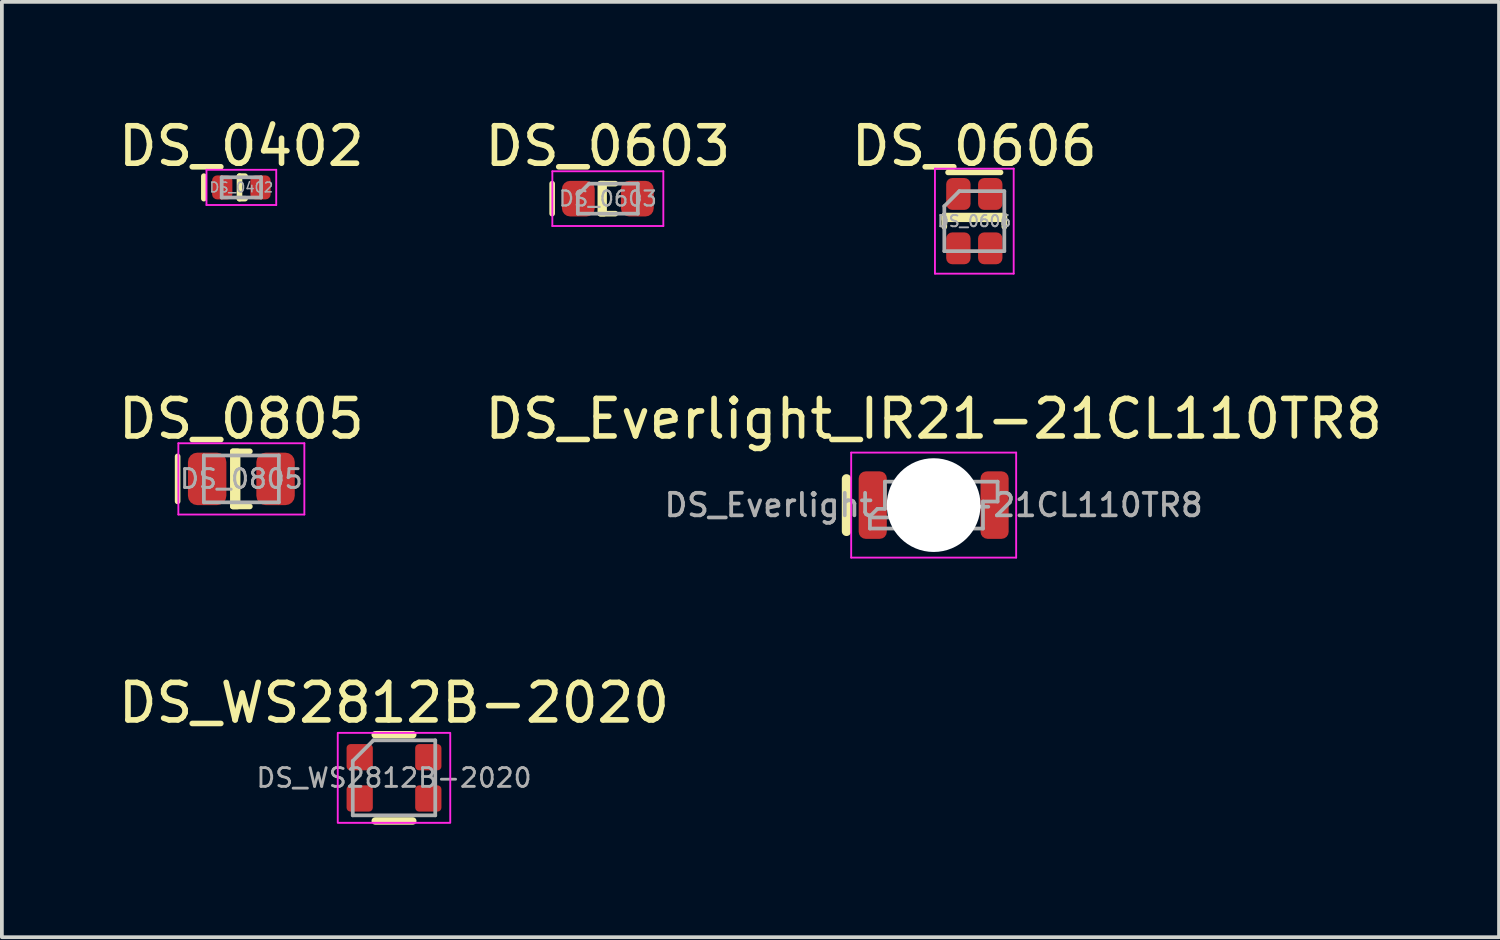
<source format=kicad_pcb>
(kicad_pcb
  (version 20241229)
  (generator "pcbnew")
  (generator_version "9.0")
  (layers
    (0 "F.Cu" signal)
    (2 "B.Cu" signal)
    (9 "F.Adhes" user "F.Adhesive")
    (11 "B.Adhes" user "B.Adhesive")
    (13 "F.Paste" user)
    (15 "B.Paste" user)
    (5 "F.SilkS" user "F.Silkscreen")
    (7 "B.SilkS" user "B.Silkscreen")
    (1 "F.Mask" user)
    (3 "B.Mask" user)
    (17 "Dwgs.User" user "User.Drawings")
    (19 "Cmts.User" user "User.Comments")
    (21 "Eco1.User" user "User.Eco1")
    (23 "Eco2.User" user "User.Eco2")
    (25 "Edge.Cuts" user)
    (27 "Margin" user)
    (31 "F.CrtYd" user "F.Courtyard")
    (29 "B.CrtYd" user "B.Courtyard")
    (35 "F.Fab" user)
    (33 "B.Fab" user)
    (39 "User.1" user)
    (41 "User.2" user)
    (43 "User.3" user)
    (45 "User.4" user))
  (footprint "DS_0402"
    (layer "F.Cu")
    (at 3.387 1.948)
    (property "Reference" "DS_0402" (at 0 -1.1 0) (layer "F.SilkS") (effects (font (size 1 1) (thickness 0.15))))
    (attr smd)
    (fp_line (start -1 -0.3) (end -1 0.3) (stroke (width 0.15) (type solid)) (layer "F.SilkS"))
    (fp_line (start -0.05 -0.3) (end -0.05 0.3) (stroke (width 0.15) (type default)) (layer "F.SilkS"))
    (fp_line (start -0.05 -0.3) (end 0.1 -0.3) (stroke (width 0.15) (type solid)) (layer "F.SilkS"))
    (fp_line (start -0.05 0.3) (end 0.1 0.3) (stroke (width 0.15) (type solid)) (layer "F.SilkS"))
    (fp_line (start -0.93 -0.47) (end 0.93 -0.47) (stroke (width 0.05) (type solid)) (layer "F.CrtYd"))
    (fp_line (start -0.93 0.47) (end -0.93 -0.47) (stroke (width 0.05) (type solid)) (layer "F.CrtYd"))
    (fp_line (start 0.93 -0.47) (end 0.93 0.47) (stroke (width 0.05) (type solid)) (layer "F.CrtYd"))
    (fp_line (start 0.93 0.47) (end -0.93 0.47) (stroke (width 0.05) (type solid)) (layer "F.CrtYd"))
    (fp_line (start -0.525 -0.27) (end 0.525 -0.27) (stroke (width 0.1) (type solid)) (layer "F.Fab"))
    (fp_line (start -0.525 0.27) (end -0.525 -0.27) (stroke (width 0.1) (type solid)) (layer "F.Fab"))
    (fp_line (start 0.525 -0.27) (end 0.525 0.27) (stroke (width 0.1) (type solid)) (layer "F.Fab"))
    (fp_line (start 0.525 0.27) (end -0.525 0.27) (stroke (width 0.1) (type solid)) (layer "F.Fab"))
    (fp_text user "${REFERENCE}" (at 0 0 0) (layer "F.Fab") (effects (font (size 0.26 0.26) (thickness 0.04))))
    (pad "1" smd roundrect (at -0.51 0) (size 0.54 0.64) (layers "F.Cu" "F.Mask" "F.Paste") (roundrect_rratio 0.25))
    (pad "2" smd roundrect (at 0.51 0) (size 0.54 0.64) (layers "F.Cu" "F.Mask" "F.Paste") (roundrect_rratio 0.25)))
  (footprint "DS_0606"
    (layer "F.Cu")
    (at 22.935 2.848)
    (property "Reference" "DS_0606" (at 0 -2 0) (unlocked yes) (layer "F.SilkS") (effects (font (size 1 1) (thickness 0.15))))
    (attr smd)
    (fp_line (start -0.8 -0.15) (end -0.8 0.15) (stroke (width 0.15) (type solid)) (layer "F.SilkS"))
    (fp_line (start -0.7 -1.3) (end 0.7 -1.3) (stroke (width 0.15) (type default)) (layer "F.SilkS"))
    (fp_line (start 0.8 -0.15) (end 0.8 0.15) (stroke (width 0.15) (type solid)) (layer "F.SilkS"))
    (fp_rect (start -0.8 -0.15) (end 0.8 -0.05) (stroke (width 0.15) (type solid)) (fill yes) (layer "F.SilkS"))
    (fp_line (start -1.05 -1.4) (end 1.05 -1.4) (stroke (width 0.05) (type solid)) (layer "F.CrtYd"))
    (fp_line (start -1.05 1.4) (end -1.05 -1.4) (stroke (width 0.05) (type solid)) (layer "F.CrtYd"))
    (fp_line (start 1.05 -1.4) (end 1.05 1.4) (stroke (width 0.05) (type solid)) (layer "F.CrtYd"))
    (fp_line (start 1.05 1.4) (end -1.05 1.4) (stroke (width 0.05) (type solid)) (layer "F.CrtYd"))
    (fp_line (start -0.8 -0.4) (end -0.8 0.8) (stroke (width 0.1) (type solid)) (layer "F.Fab"))
    (fp_line (start -0.8 0.8) (end 0.8 0.8) (stroke (width 0.1) (type solid)) (layer "F.Fab"))
    (fp_line (start -0.4 -0.8) (end -0.8 -0.4) (stroke (width 0.1) (type solid)) (layer "F.Fab"))
    (fp_line (start 0.8 -0.8) (end -0.4 -0.8) (stroke (width 0.1) (type solid)) (layer "F.Fab"))
    (fp_line (start 0.8 0.8) (end 0.8 -0.8) (stroke (width 0.1) (type solid)) (layer "F.Fab"))
    (fp_text user "${REFERENCE}" (at 0 0 0) (layer "F.Fab") (effects (font (size 0.3 0.3) (thickness 0.05))))
    (pad "1" smd roundrect (at -0.425 -0.725) (size 0.65 0.85) (layers "F.Cu" "F.Mask" "F.Paste") (roundrect_rratio 0.25))
    (pad "2" smd roundrect (at 0.425 -0.725) (size 0.65 0.85) (layers "F.Cu" "F.Mask" "F.Paste") (roundrect_rratio 0.25))
    (pad "3" smd roundrect (at 0.425 0.725) (size 0.65 0.85) (layers "F.Cu" "F.Mask" "F.Paste") (roundrect_rratio 0.25))
    (pad "4" smd roundrect (at -0.425 0.725) (size 0.65 0.85) (layers "F.Cu" "F.Mask" "F.Paste") (roundrect_rratio 0.25)))
  (footprint "DS_0603"
    (layer "F.Cu")
    (at 13.161 2.248)
    (property "Reference" "DS_0603" (at 0 -1.4 0) (layer "F.SilkS") (effects (font (size 1 1) (thickness 0.15))))
    (attr smd)
    (fp_line (start -1.485 -0.4) (end -1.485 0.4) (stroke (width 0.15) (type solid)) (layer "F.SilkS"))
    (fp_line (start -0.2 -0.4) (end 0.2 -0.4) (stroke (width 0.15) (type solid)) (layer "F.SilkS"))
    (fp_line (start -0.2 0.4) (end 0.2 0.4) (stroke (width 0.15) (type solid)) (layer "F.SilkS"))
    (fp_rect (start -0.2 -0.4) (end -0.1 0.4) (stroke (width 0.15) (type solid)) (fill yes) (layer "F.SilkS"))
    (fp_line (start -1.48 -0.73) (end 1.48 -0.73) (stroke (width 0.05) (type solid)) (layer "F.CrtYd"))
    (fp_line (start -1.48 0.73) (end -1.48 -0.73) (stroke (width 0.05) (type solid)) (layer "F.CrtYd"))
    (fp_line (start 1.48 -0.73) (end 1.48 0.73) (stroke (width 0.05) (type solid)) (layer "F.CrtYd"))
    (fp_line (start 1.48 0.73) (end -1.48 0.73) (stroke (width 0.05) (type solid)) (layer "F.CrtYd"))
    (fp_line (start -0.8 -0.1) (end -0.8 0.4) (stroke (width 0.1) (type solid)) (layer "F.Fab"))
    (fp_line (start -0.8 0.4) (end 0.8 0.4) (stroke (width 0.1) (type solid)) (layer "F.Fab"))
    (fp_line (start -0.5 -0.4) (end -0.8 -0.1) (stroke (width 0.1) (type solid)) (layer "F.Fab"))
    (fp_line (start 0.8 -0.4) (end -0.5 -0.4) (stroke (width 0.1) (type solid)) (layer "F.Fab"))
    (fp_line (start 0.8 0.4) (end 0.8 -0.4) (stroke (width 0.1) (type solid)) (layer "F.Fab"))
    (fp_text user "${REFERENCE}" (at 0 0 0) (layer "F.Fab") (effects (font (size 0.4 0.4) (thickness 0.06))))
    (pad "1" smd roundrect (at -0.787 0) (size 0.875 0.95) (layers "F.Cu" "F.Mask" "F.Paste") (roundrect_rratio 0.25))
    (pad "2" smd roundrect (at 0.787 0) (size 0.875 0.95) (layers "F.Cu" "F.Mask" "F.Paste") (roundrect_rratio 0.25)))
  (footprint "DS_0805"
    (layer "F.Cu")
    (at 3.387 9.722)
    (property "Reference" "DS_0805" (at 0 -1.6 0) (layer "F.SilkS") (effects (font (size 1 1) (thickness 0.15))))
    (attr smd)
    (fp_line (start -1.7 0.6) (end -1.7 -0.6) (stroke (width 0.15) (type solid)) (layer "F.SilkS"))
    (fp_line (start -0.227 -0.735) (end 0.227 -0.735) (stroke (width 0.15) (type solid)) (layer "F.SilkS"))
    (fp_line (start -0.227 0.735) (end 0.227 0.735) (stroke (width 0.15) (type solid)) (layer "F.SilkS"))
    (fp_rect (start -0.227 -0.735) (end -0.1 0.735) (stroke (width 0.15) (type solid)) (fill yes) (layer "F.SilkS"))
    (fp_line (start -1.68 -0.95) (end 1.68 -0.95) (stroke (width 0.05) (type solid)) (layer "F.CrtYd"))
    (fp_line (start -1.68 0.95) (end -1.68 -0.95) (stroke (width 0.05) (type solid)) (layer "F.CrtYd"))
    (fp_line (start 1.68 -0.95) (end 1.68 0.95) (stroke (width 0.05) (type solid)) (layer "F.CrtYd"))
    (fp_line (start 1.68 0.95) (end -1.68 0.95) (stroke (width 0.05) (type solid)) (layer "F.CrtYd"))
    (fp_line (start -1 -0.625) (end 1 -0.625) (stroke (width 0.1) (type solid)) (layer "F.Fab"))
    (fp_line (start -1 0.625) (end -1 -0.625) (stroke (width 0.1) (type solid)) (layer "F.Fab"))
    (fp_line (start 1 -0.625) (end 1 0.625) (stroke (width 0.1) (type solid)) (layer "F.Fab"))
    (fp_line (start 1 0.625) (end -1 0.625) (stroke (width 0.1) (type solid)) (layer "F.Fab"))
    (fp_text user "${REFERENCE}" (at 0 0 0) (layer "F.Fab") (effects (font (size 0.5 0.5) (thickness 0.08))))
    (pad "1" smd roundrect (at -0.912 0) (size 1.025 1.4) (layers "F.Cu" "F.Mask" "F.Paste") (roundrect_rratio 0.244))
    (pad "2" smd roundrect (at 0.912 0) (size 1.025 1.4) (layers "F.Cu" "F.Mask" "F.Paste") (roundrect_rratio 0.244)))
  (footprint "DS_Everlight_IR21-21CL110TR8"
    (layer "F.Cu")
    (at 21.851 10.421)
    (property "Reference" "DS_Everlight_IR21-21CL110TR8" (at 0 -2.3 0) (layer "F.SilkS") (effects (font (size 1 1) (thickness 0.15))))
    (attr smd)
    (fp_line (start -2.325 -0.7) (end -2.325 0.7) (stroke (width 0.25) (type solid)) (layer "F.SilkS"))
    (fp_line (start -2.2 -1.4) (end 2.2 -1.4) (stroke (width 0.05) (type solid)) (layer "F.CrtYd"))
    (fp_line (start -2.2 1.4) (end -2.2 -1.4) (stroke (width 0.05) (type solid)) (layer "F.CrtYd"))
    (fp_line (start 2.2 -1.4) (end 2.2 1.4) (stroke (width 0.05) (type solid)) (layer "F.CrtYd"))
    (fp_line (start 2.2 1.4) (end -2.2 1.4) (stroke (width 0.05) (type solid)) (layer "F.CrtYd"))
    (fp_line (start -1.7 0.3) (end -1.7 0.625) (stroke (width 0.1) (type solid)) (layer "F.Fab"))
    (fp_line (start -1.7 0.3) (end -1.5 0.1) (stroke (width 0.1) (type solid)) (layer "F.Fab"))
    (fp_line (start -1.5 0.1) (end -1.3 0.1) (stroke (width 0.1) (type solid)) (layer "F.Fab"))
    (fp_line (start -1.3 -0.625) (end -0.715 -0.625) (stroke (width 0.1) (type solid)) (layer "F.Fab"))
    (fp_line (start -1.3 0.1) (end -1.3 -0.625) (stroke (width 0.1) (type solid)) (layer "F.Fab"))
    (fp_line (start -0.715 0.625) (end -1.7 0.625) (stroke (width 0.1) (type solid)) (layer "F.Fab"))
    (fp_line (start 0.715 -0.625) (end 1.705 -0.625) (stroke (width 0.1) (type solid)) (layer "F.Fab"))
    (fp_line (start 0.715 0.625) (end 1.315 0.625) (stroke (width 0.1) (type solid)) (layer "F.Fab"))
    (fp_line (start 1.315 -0.095) (end 1.315 0.625) (stroke (width 0.1) (type solid)) (layer "F.Fab"))
    (fp_line (start 1.705 -0.625) (end 1.705 -0.095) (stroke (width 0.1) (type solid)) (layer "F.Fab"))
    (fp_line (start 1.705 -0.095) (end 1.315 -0.095) (stroke (width 0.1) (type solid)) (layer "F.Fab"))
    (fp_arc (start -0.714073 -0.626059) (mid 0.000704 -0.949658) (end 0.715 -0.625) (stroke (width 0.1) (type solid)) (layer "F.Fab"))
    (fp_arc (start 0.714073 0.626059) (mid -0.000704 0.949658) (end -0.715 0.625) (stroke (width 0.1) (type solid)) (layer "F.Fab"))
    (fp_text user "${REFERENCE}" (at 0 0 0) (layer "F.Fab") (effects (font (size 0.6 0.6) (thickness 0.1))))
    (pad "" np_thru_hole circle (at 0 0) (size 2.5 2.5) (drill 2.5) (layers "*.Cu" "*.Mask"))
    (pad "1" smd roundrect (at -1.625 0) (size 0.75 1.8) (layers "F.Cu" "F.Mask" "F.Paste") (roundrect_rratio 0.25))
    (pad "2" smd roundrect (at 1.625 0) (size 0.75 1.8) (layers "F.Cu" "F.Mask" "F.Paste") (roundrect_rratio 0.25)))
  (footprint "DS_WS2812B-2020"
    (layer "F.Cu")
    (at 7.458 17.695)
    (property "Reference" "DS_WS2812B-2020" (at 0 -2 0) (layer "F.SilkS") (effects (font (size 1 1) (thickness 0.15))))
    (attr smd)
    (fp_line (start -0.5 -1.15) (end 0.5 -1.15) (stroke (width 0.2) (type solid)) (layer "F.SilkS"))
    (fp_line (start -0.5 1.15) (end 0.5 1.15) (stroke (width 0.2) (type solid)) (layer "F.SilkS"))
    (fp_rect (start -1.5 -1.2) (end 1.5 1.2) (stroke (width 0.05) (type solid)) (fill no) (layer "F.CrtYd"))
    (fp_line (start -1.1 -0.45) (end -1.1 1) (stroke (width 0.1) (type solid)) (layer "F.Fab"))
    (fp_line (start -1.1 1) (end 1.1 1) (stroke (width 0.1) (type solid)) (layer "F.Fab"))
    (fp_line (start -0.55 -1) (end -1.1 -0.45) (stroke (width 0.1) (type solid)) (layer "F.Fab"))
    (fp_line (start 1.1 -1) (end -0.55 -1) (stroke (width 0.1) (type solid)) (layer "F.Fab"))
    (fp_line (start 1.1 -1) (end 1.1 1) (stroke (width 0.1) (type solid)) (layer "F.Fab"))
    (fp_text user "${REFERENCE}" (at 0 0 0) (layer "F.Fab") (effects (font (size 0.5 0.5) (thickness 0.075))))
    (pad "1" smd roundrect (at -0.915 -0.55) (size 0.7 0.7) (layers "F.Cu" "F.Mask" "F.Paste") (roundrect_rratio 0.15))
    (pad "2" smd roundrect (at -0.915 0.55) (size 0.7 0.7) (layers "F.Cu" "F.Mask" "F.Paste") (roundrect_rratio 0.15))
    (pad "3" smd roundrect (at 0.915 0.55) (size 0.7 0.7) (layers "F.Cu" "F.Mask" "F.Paste") (roundrect_rratio 0.15))
    (pad "4" smd roundrect (at 0.915 -0.55) (size 0.7 0.7) (layers "F.Cu" "F.Mask" "F.Paste") (roundrect_rratio 0.15)))
  (gr_rect
    (start -3 -3)
    (end 36.929 21.945)
    (stroke (width 0.1) (type default))
    (fill no)
    (layer "Edge.Cuts")))
</source>
